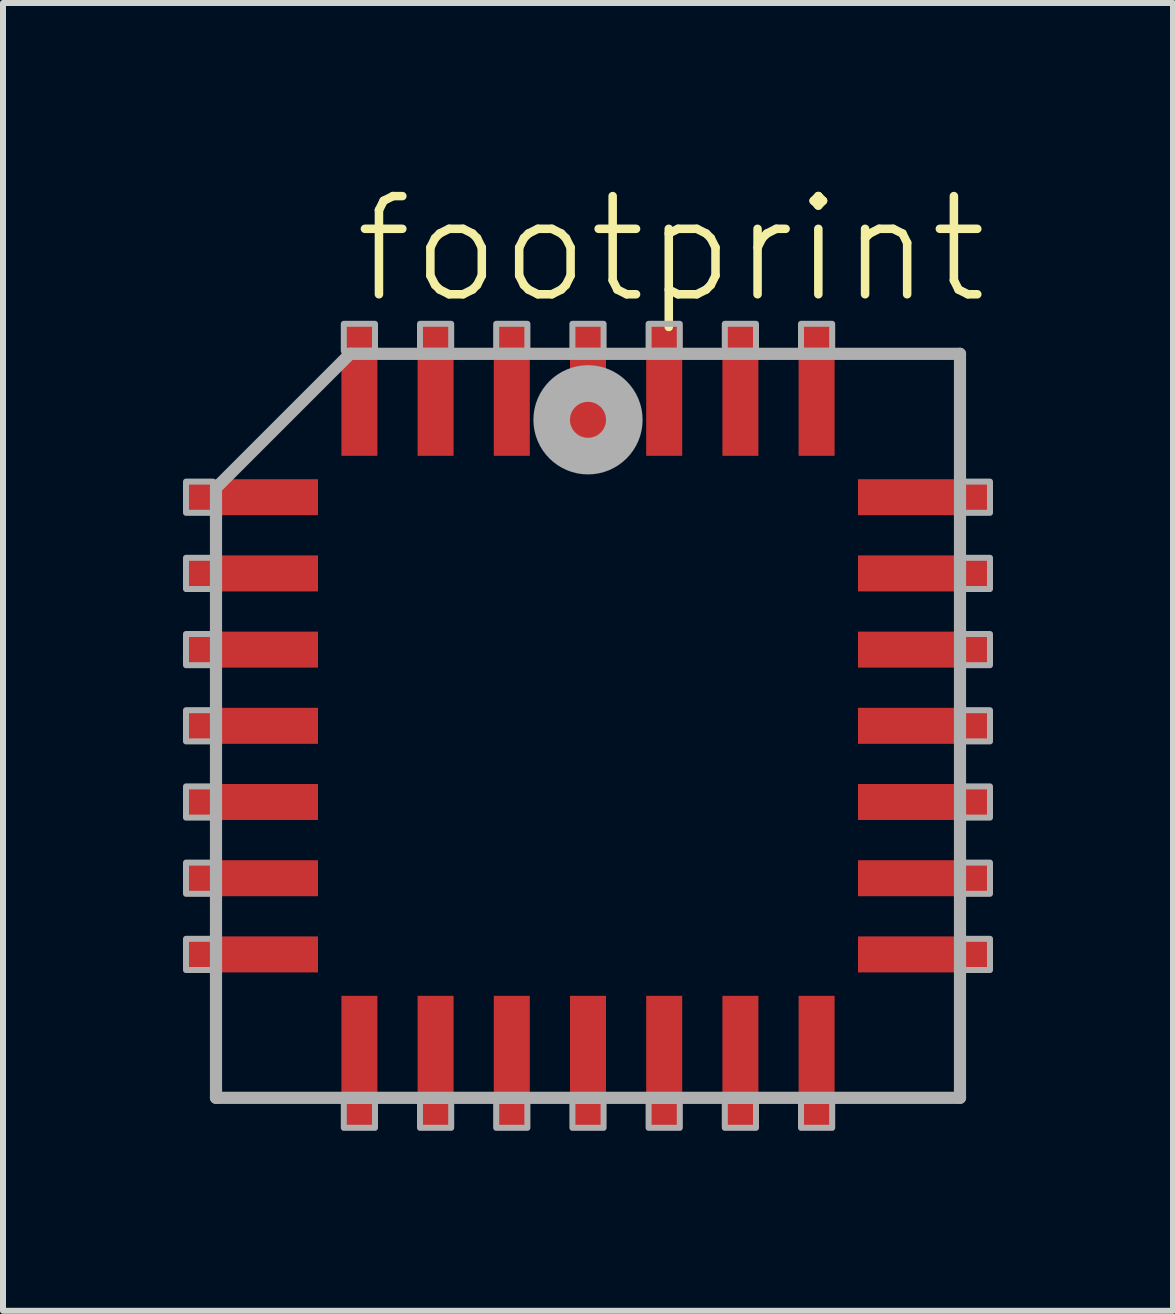
<source format=kicad_pcb>
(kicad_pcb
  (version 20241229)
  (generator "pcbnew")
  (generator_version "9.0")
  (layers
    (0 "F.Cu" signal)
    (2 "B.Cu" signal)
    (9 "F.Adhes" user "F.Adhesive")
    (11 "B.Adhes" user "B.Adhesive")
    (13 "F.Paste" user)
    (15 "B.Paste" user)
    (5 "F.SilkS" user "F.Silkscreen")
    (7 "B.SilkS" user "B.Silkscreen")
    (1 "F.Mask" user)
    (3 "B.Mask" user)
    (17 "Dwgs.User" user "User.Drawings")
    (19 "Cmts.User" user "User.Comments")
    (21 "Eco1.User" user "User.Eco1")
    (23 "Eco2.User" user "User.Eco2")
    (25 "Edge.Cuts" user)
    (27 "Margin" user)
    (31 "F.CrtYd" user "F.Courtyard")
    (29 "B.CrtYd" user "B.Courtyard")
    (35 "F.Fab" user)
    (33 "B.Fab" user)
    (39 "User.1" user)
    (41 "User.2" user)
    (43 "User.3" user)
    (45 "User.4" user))
  (footprint "footprint"
    (layer "F.Cu")
    (at 6.75 9.047)
    (property "Reference" "footprint" (at -3.967 -6.985 0) (layer "F.SilkS") (effects (font (size 1.636 1.636) (thickness 0.142)) (justify left bottom)))
    (fp_line (start -6.2 -3.965) (end -6.2 6.2) (stroke (width 0.203) (type solid)) (layer "F.Fab"))
    (fp_line (start -6.2 6.2) (end 6.2 6.2) (stroke (width 0.203) (type solid)) (layer "F.Fab"))
    (fp_line (start -3.965 -6.2) (end -6.2 -3.965) (stroke (width 0.203) (type solid)) (layer "F.Fab"))
    (fp_line (start 6.2 -6.2) (end -3.965 -6.2) (stroke (width 0.203) (type solid)) (layer "F.Fab"))
    (fp_line (start 6.2 6.2) (end 6.2 -6.2) (stroke (width 0.203) (type solid)) (layer "F.Fab"))
    (fp_circle (center 0 -5.1) (end 0.3 -5.1) (stroke (width 0.61) (type solid)) (fill no) (layer "F.Fab"))
    (fp_poly (pts (xy -6.7 -3.55) (xy -6.25 -3.55) (xy -6.25 -4.07) (xy -6.7 -4.07)) (stroke (width 0.1) (type solid)) (fill no) (layer "F.Fab"))
    (fp_poly (pts (xy -6.7 -2.28) (xy -6.25 -2.28) (xy -6.25 -2.8) (xy -6.7 -2.8)) (stroke (width 0.1) (type solid)) (fill no) (layer "F.Fab"))
    (fp_poly (pts (xy -6.7 -1.01) (xy -6.25 -1.01) (xy -6.25 -1.53) (xy -6.7 -1.53)) (stroke (width 0.1) (type solid)) (fill no) (layer "F.Fab"))
    (fp_poly (pts (xy -6.7 0.26) (xy -6.25 0.26) (xy -6.25 -0.26) (xy -6.7 -0.26)) (stroke (width 0.1) (type solid)) (fill no) (layer "F.Fab"))
    (fp_poly (pts (xy -6.7 1.53) (xy -6.25 1.53) (xy -6.25 1.01) (xy -6.7 1.01)) (stroke (width 0.1) (type solid)) (fill no) (layer "F.Fab"))
    (fp_poly (pts (xy -6.7 2.8) (xy -6.25 2.8) (xy -6.25 2.28) (xy -6.7 2.28)) (stroke (width 0.1) (type solid)) (fill no) (layer "F.Fab"))
    (fp_poly (pts (xy -6.7 4.07) (xy -6.25 4.07) (xy -6.25 3.55) (xy -6.7 3.55)) (stroke (width 0.1) (type solid)) (fill no) (layer "F.Fab"))
    (fp_poly (pts (xy -4.07 -6.25) (xy -3.55 -6.25) (xy -3.55 -6.7) (xy -4.07 -6.7)) (stroke (width 0.1) (type solid)) (fill no) (layer "F.Fab"))
    (fp_poly (pts (xy -4.07 6.7) (xy -3.55 6.7) (xy -3.55 6.25) (xy -4.07 6.25)) (stroke (width 0.1) (type solid)) (fill no) (layer "F.Fab"))
    (fp_poly (pts (xy -2.8 -6.25) (xy -2.28 -6.25) (xy -2.28 -6.7) (xy -2.8 -6.7)) (stroke (width 0.1) (type solid)) (fill no) (layer "F.Fab"))
    (fp_poly (pts (xy -2.8 6.7) (xy -2.28 6.7) (xy -2.28 6.25) (xy -2.8 6.25)) (stroke (width 0.1) (type solid)) (fill no) (layer "F.Fab"))
    (fp_poly (pts (xy -1.53 -6.25) (xy -1.01 -6.25) (xy -1.01 -6.7) (xy -1.53 -6.7)) (stroke (width 0.1) (type solid)) (fill no) (layer "F.Fab"))
    (fp_poly (pts (xy -1.53 6.7) (xy -1.01 6.7) (xy -1.01 6.25) (xy -1.53 6.25)) (stroke (width 0.1) (type solid)) (fill no) (layer "F.Fab"))
    (fp_poly (pts (xy -0.26 -6.25) (xy 0.26 -6.25) (xy 0.26 -6.7) (xy -0.26 -6.7)) (stroke (width 0.1) (type solid)) (fill no) (layer "F.Fab"))
    (fp_poly (pts (xy -0.26 6.7) (xy 0.26 6.7) (xy 0.26 6.25) (xy -0.26 6.25)) (stroke (width 0.1) (type solid)) (fill no) (layer "F.Fab"))
    (fp_poly (pts (xy 1.01 -6.25) (xy 1.53 -6.25) (xy 1.53 -6.7) (xy 1.01 -6.7)) (stroke (width 0.1) (type solid)) (fill no) (layer "F.Fab"))
    (fp_poly (pts (xy 1.01 6.7) (xy 1.53 6.7) (xy 1.53 6.25) (xy 1.01 6.25)) (stroke (width 0.1) (type solid)) (fill no) (layer "F.Fab"))
    (fp_poly (pts (xy 2.28 -6.25) (xy 2.8 -6.25) (xy 2.8 -6.7) (xy 2.28 -6.7)) (stroke (width 0.1) (type solid)) (fill no) (layer "F.Fab"))
    (fp_poly (pts (xy 2.28 6.7) (xy 2.8 6.7) (xy 2.8 6.25) (xy 2.28 6.25)) (stroke (width 0.1) (type solid)) (fill no) (layer "F.Fab"))
    (fp_poly (pts (xy 3.55 -6.25) (xy 4.07 -6.25) (xy 4.07 -6.7) (xy 3.55 -6.7)) (stroke (width 0.1) (type solid)) (fill no) (layer "F.Fab"))
    (fp_poly (pts (xy 3.55 6.7) (xy 4.07 6.7) (xy 4.07 6.25) (xy 3.55 6.25)) (stroke (width 0.1) (type solid)) (fill no) (layer "F.Fab"))
    (fp_poly (pts (xy 6.25 -3.55) (xy 6.7 -3.55) (xy 6.7 -4.07) (xy 6.25 -4.07)) (stroke (width 0.1) (type solid)) (fill no) (layer "F.Fab"))
    (fp_poly (pts (xy 6.25 -2.28) (xy 6.7 -2.28) (xy 6.7 -2.8) (xy 6.25 -2.8)) (stroke (width 0.1) (type solid)) (fill no) (layer "F.Fab"))
    (fp_poly (pts (xy 6.25 -1.01) (xy 6.7 -1.01) (xy 6.7 -1.53) (xy 6.25 -1.53)) (stroke (width 0.1) (type solid)) (fill no) (layer "F.Fab"))
    (fp_poly (pts (xy 6.25 0.26) (xy 6.7 0.26) (xy 6.7 -0.26) (xy 6.25 -0.26)) (stroke (width 0.1) (type solid)) (fill no) (layer "F.Fab"))
    (fp_poly (pts (xy 6.25 1.53) (xy 6.7 1.53) (xy 6.7 1.01) (xy 6.25 1.01)) (stroke (width 0.1) (type solid)) (fill no) (layer "F.Fab"))
    (fp_poly (pts (xy 6.25 2.8) (xy 6.7 2.8) (xy 6.7 2.28) (xy 6.25 2.28)) (stroke (width 0.1) (type solid)) (fill no) (layer "F.Fab"))
    (fp_poly (pts (xy 6.25 4.07) (xy 6.7 4.07) (xy 6.7 3.55) (xy 6.25 3.55)) (stroke (width 0.1) (type solid)) (fill no) (layer "F.Fab"))
    (pad "1" smd rect (at 0 -5.6) (size 0.6 2.2) (layers "F.Cu" "F.Mask" "F.Paste"))
    (pad "2" smd rect (at -1.27 -5.6) (size 0.6 2.2) (layers "F.Cu" "F.Mask" "F.Paste"))
    (pad "3" smd rect (at -2.54 -5.6) (size 0.6 2.2) (layers "F.Cu" "F.Mask" "F.Paste"))
    (pad "4" smd rect (at -3.81 -5.6) (size 0.6 2.2) (layers "F.Cu" "F.Mask" "F.Paste"))
    (pad "5" smd rect (at -5.6 -3.81) (size 2.2 0.6) (layers "F.Cu" "F.Mask" "F.Paste"))
    (pad "6" smd rect (at -5.6 -2.54) (size 2.2 0.6) (layers "F.Cu" "F.Mask" "F.Paste"))
    (pad "7" smd rect (at -5.6 -1.27) (size 2.2 0.6) (layers "F.Cu" "F.Mask" "F.Paste"))
    (pad "8" smd rect (at -5.6 0) (size 2.2 0.6) (layers "F.Cu" "F.Mask" "F.Paste"))
    (pad "9" smd rect (at -5.6 1.27) (size 2.2 0.6) (layers "F.Cu" "F.Mask" "F.Paste"))
    (pad "10" smd rect (at -5.6 2.54) (size 2.2 0.6) (layers "F.Cu" "F.Mask" "F.Paste"))
    (pad "11" smd rect (at -5.6 3.81) (size 2.2 0.6) (layers "F.Cu" "F.Mask" "F.Paste"))
    (pad "12" smd rect (at -3.81 5.6) (size 0.6 2.2) (layers "F.Cu" "F.Mask" "F.Paste"))
    (pad "13" smd rect (at -2.54 5.6) (size 0.6 2.2) (layers "F.Cu" "F.Mask" "F.Paste"))
    (pad "14" smd rect (at -1.27 5.6) (size 0.6 2.2) (layers "F.Cu" "F.Mask" "F.Paste"))
    (pad "15" smd rect (at 0 5.6) (size 0.6 2.2) (layers "F.Cu" "F.Mask" "F.Paste"))
    (pad "16" smd rect (at 1.27 5.6) (size 0.6 2.2) (layers "F.Cu" "F.Mask" "F.Paste"))
    (pad "17" smd rect (at 2.54 5.6) (size 0.6 2.2) (layers "F.Cu" "F.Mask" "F.Paste"))
    (pad "18" smd rect (at 3.81 5.6) (size 0.6 2.2) (layers "F.Cu" "F.Mask" "F.Paste"))
    (pad "19" smd rect (at 5.6 3.81) (size 2.2 0.6) (layers "F.Cu" "F.Mask" "F.Paste"))
    (pad "20" smd rect (at 5.6 2.54) (size 2.2 0.6) (layers "F.Cu" "F.Mask" "F.Paste"))
    (pad "21" smd rect (at 5.6 1.27) (size 2.2 0.6) (layers "F.Cu" "F.Mask" "F.Paste"))
    (pad "22" smd rect (at 5.6 0) (size 2.2 0.6) (layers "F.Cu" "F.Mask" "F.Paste"))
    (pad "23" smd rect (at 5.6 -1.27) (size 2.2 0.6) (layers "F.Cu" "F.Mask" "F.Paste"))
    (pad "24" smd rect (at 5.6 -2.54) (size 2.2 0.6) (layers "F.Cu" "F.Mask" "F.Paste"))
    (pad "25" smd rect (at 5.6 -3.81) (size 2.2 0.6) (layers "F.Cu" "F.Mask" "F.Paste"))
    (pad "26" smd rect (at 3.81 -5.6) (size 0.6 2.2) (layers "F.Cu" "F.Mask" "F.Paste"))
    (pad "27" smd rect (at 2.54 -5.6) (size 0.6 2.2) (layers "F.Cu" "F.Mask" "F.Paste"))
    (pad "28" smd rect (at 1.27 -5.6) (size 0.6 2.2) (layers "F.Cu" "F.Mask" "F.Paste")))
  (gr_rect
    (start -3 -3)
    (end 16.5 18.797)
    (stroke (width 0.1) (type default))
    (fill no)
    (layer "Edge.Cuts")))
</source>
